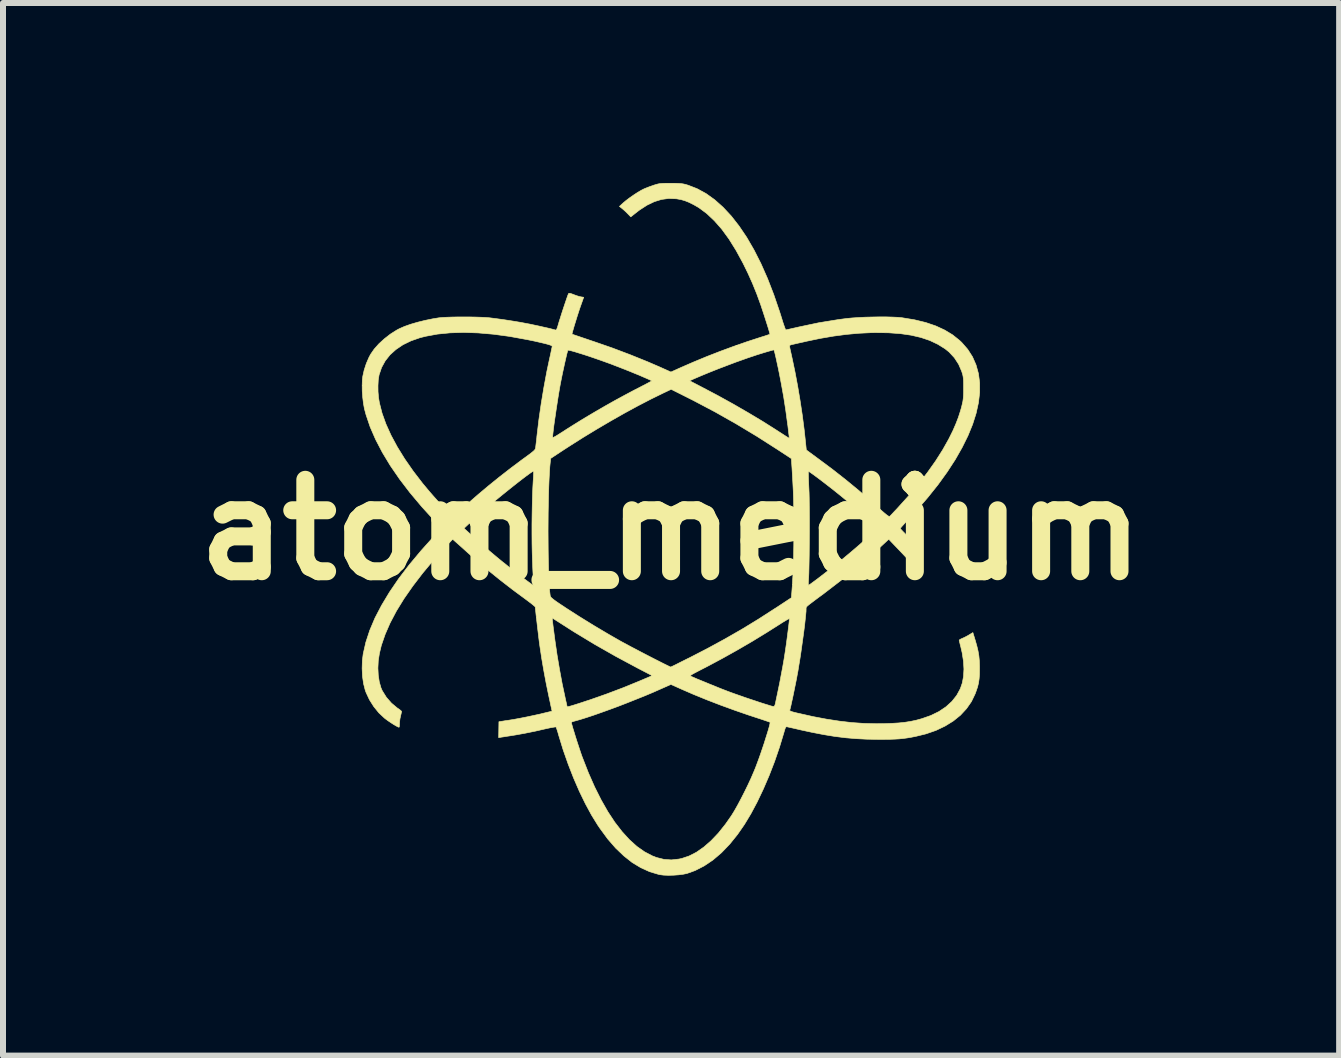
<source format=kicad_pcb>
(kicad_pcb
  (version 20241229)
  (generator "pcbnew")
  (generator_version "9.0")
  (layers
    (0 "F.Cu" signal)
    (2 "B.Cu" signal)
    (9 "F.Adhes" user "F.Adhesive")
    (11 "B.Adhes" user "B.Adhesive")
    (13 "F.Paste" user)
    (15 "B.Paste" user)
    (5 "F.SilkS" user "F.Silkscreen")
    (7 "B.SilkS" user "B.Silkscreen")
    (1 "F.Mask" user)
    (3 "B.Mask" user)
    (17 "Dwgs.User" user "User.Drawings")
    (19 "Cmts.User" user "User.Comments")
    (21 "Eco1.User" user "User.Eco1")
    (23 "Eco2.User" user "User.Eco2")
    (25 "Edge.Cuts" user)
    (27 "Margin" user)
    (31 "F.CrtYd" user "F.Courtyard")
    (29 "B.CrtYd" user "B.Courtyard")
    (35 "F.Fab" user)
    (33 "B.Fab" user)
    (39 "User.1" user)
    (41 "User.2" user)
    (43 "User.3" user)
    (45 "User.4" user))
  (footprint "atom_medium"
    (layer "F.Cu")
    (at 8.135 5.782)
    (property "Reference" "atom_medium" (at 0 0 0) (layer "F.SilkS") (effects (font (size 1.524 1.524) (thickness 0.3))))
    (attr through_hole)
    (fp_poly (pts (xy 0.069 0.576) (xy 0.11 0.601) (xy 0.137 0.638) (xy 0.144 0.657) (xy 0.143 0.702) (xy 0.126 0.746) (xy 0.096 0.781) (xy 0.082 0.79) (xy 0.035 0.806) (xy -0.01 0.802) (xy -0.042 0.786) (xy -0.078 0.753) (xy -0.095 0.713) (xy -0.097 0.669) (xy -0.083 0.628) (xy -0.055 0.594) (xy -0.015 0.572) (xy 0.023 0.566) (xy 0.069 0.576)) (stroke (width 0.01) (type solid)) (fill yes) (layer "F.Mask"))
    (fp_poly (pts (xy 0.052 -0.803) (xy 0.076 -0.793) (xy 0.113 -0.764) (xy 0.138 -0.722) (xy 0.147 -0.676) (xy 0.144 -0.659) (xy 0.124 -0.616) (xy 0.088 -0.584) (xy 0.043 -0.564) (xy -0.006 -0.562) (xy -0.007 -0.562) (xy -0.031 -0.573) (xy -0.058 -0.595) (xy -0.065 -0.601) (xy -0.092 -0.644) (xy -0.099 -0.69) (xy -0.087 -0.735) (xy -0.059 -0.772) (xy -0.015 -0.797) (xy -0.011 -0.798) (xy 0.024 -0.806) (xy 0.052 -0.803)) (stroke (width 0.01) (type solid)) (fill yes) (layer "F.Mask"))
    (fp_poly (pts (xy 4.61 0.492) (xy 4.715 0.517) (xy 4.813 0.562) (xy 4.904 0.628) (xy 4.938 0.661) (xy 5.009 0.748) (xy 5.058 0.84) (xy 5.086 0.94) (xy 5.095 1.051) (xy 5.095 1.052) (xy 5.083 1.159) (xy 5.051 1.261) (xy 5 1.356) (xy 4.933 1.44) (xy 4.852 1.509) (xy 4.758 1.562) (xy 4.737 1.57) (xy 4.673 1.588) (xy 4.596 1.599) (xy 4.515 1.602) (xy 4.44 1.597) (xy 4.388 1.587) (xy 4.283 1.546) (xy 4.19 1.486) (xy 4.11 1.409) (xy 4.046 1.316) (xy 4.008 1.233) (xy 3.981 1.129) (xy 3.976 1.023) (xy 3.991 0.919) (xy 4.025 0.82) (xy 4.077 0.729) (xy 4.146 0.648) (xy 4.23 0.581) (xy 4.287 0.548) (xy 4.394 0.508) (xy 4.503 0.489) (xy 4.61 0.492)) (stroke (width 0.01) (type solid)) (fill yes) (layer "F.Mask"))
    (fp_poly (pts (xy -1.259 -5.25) (xy -1.156 -5.23) (xy -1.059 -5.192) (xy -0.971 -5.136) (xy -0.895 -5.065) (xy -0.832 -4.98) (xy -0.786 -4.883) (xy -0.767 -4.816) (xy -0.754 -4.708) (xy -0.762 -4.601) (xy -0.79 -4.499) (xy -0.835 -4.404) (xy -0.898 -4.319) (xy -0.975 -4.248) (xy -1.065 -4.192) (xy -1.122 -4.168) (xy -1.2 -4.149) (xy -1.286 -4.139) (xy -1.371 -4.139) (xy -1.446 -4.15) (xy -1.446 -4.15) (xy -1.539 -4.183) (xy -1.622 -4.23) (xy -1.701 -4.297) (xy -1.709 -4.305) (xy -1.777 -4.385) (xy -1.825 -4.467) (xy -1.855 -4.556) (xy -1.869 -4.658) (xy -1.87 -4.702) (xy -1.861 -4.807) (xy -1.834 -4.902) (xy -1.786 -4.991) (xy -1.716 -5.077) (xy -1.641 -5.145) (xy -1.56 -5.195) (xy -1.474 -5.229) (xy -1.366 -5.251) (xy -1.259 -5.25)) (stroke (width 0.01) (type solid)) (fill yes) (layer "F.Mask"))
    (fp_poly (pts (xy -3.555 2.701) (xy -3.55 2.702) (xy -3.442 2.74) (xy -3.344 2.797) (xy -3.257 2.871) (xy -3.186 2.959) (xy -3.132 3.059) (xy -3.1 3.155) (xy -3.083 3.272) (xy -3.09 3.385) (xy -3.118 3.493) (xy -3.168 3.596) (xy -3.241 3.691) (xy -3.263 3.715) (xy -3.343 3.785) (xy -3.427 3.837) (xy -3.522 3.872) (xy -3.574 3.885) (xy -3.648 3.898) (xy -3.713 3.9) (xy -3.778 3.893) (xy -3.816 3.885) (xy -3.93 3.848) (xy -4.032 3.793) (xy -4.12 3.719) (xy -4.194 3.63) (xy -4.25 3.526) (xy -4.276 3.453) (xy -4.293 3.363) (xy -4.294 3.264) (xy -4.281 3.163) (xy -4.255 3.068) (xy -4.228 3.008) (xy -4.198 2.962) (xy -4.155 2.91) (xy -4.104 2.857) (xy -4.051 2.809) (xy -4.002 2.771) (xy -3.977 2.757) (xy -3.877 2.717) (xy -3.768 2.694) (xy -3.659 2.688) (xy -3.555 2.701)) (stroke (width 0.01) (type solid)) (fill yes) (layer "F.Mask"))
    (fp_poly (pts (xy 0.032 -1.608) (xy 0.074 -1.602) (xy 0.119 -1.588) (xy 0.13 -1.583) (xy 0.15 -1.569) (xy 0.185 -1.54) (xy 0.234 -1.495) (xy 0.298 -1.434) (xy 0.378 -1.357) (xy 0.473 -1.264) (xy 0.583 -1.155) (xy 0.658 -1.08) (xy 1.137 -0.6) (xy 0.635 -0.099) (xy 0.532 0.005) (xy 0.443 0.093) (xy 0.369 0.167) (xy 0.306 0.229) (xy 0.255 0.278) (xy 0.214 0.317) (xy 0.182 0.347) (xy 0.157 0.368) (xy 0.138 0.383) (xy 0.124 0.391) (xy 0.114 0.395) (xy 0.107 0.396) (xy 0.104 0.395) (xy 0.042 0.387) (xy -0.028 0.393) (xy -0.093 0.411) (xy -0.111 0.419) (xy -0.177 0.465) (xy -0.227 0.524) (xy -0.26 0.592) (xy -0.274 0.667) (xy -0.269 0.744) (xy -0.244 0.818) (xy -0.21 0.866) (xy -0.163 0.912) (xy -0.111 0.949) (xy -0.064 0.97) (xy 0.017 0.982) (xy 0.094 0.973) (xy 0.164 0.947) (xy 0.225 0.904) (xy 0.272 0.847) (xy 0.304 0.779) (xy 0.317 0.7) (xy 0.317 0.693) (xy 0.316 0.65) (xy 0.313 0.614) (xy 0.309 0.594) (xy 0.309 0.588) (xy 0.315 0.576) (xy 0.326 0.56) (xy 0.345 0.537) (xy 0.373 0.506) (xy 0.41 0.466) (xy 0.458 0.417) (xy 0.518 0.356) (xy 0.59 0.282) (xy 0.677 0.195) (xy 0.778 0.093) (xy 0.802 0.069) (xy 1.304 -0.433) (xy 1.438 -0.3) (xy 1.502 -0.235) (xy 1.551 -0.182) (xy 1.586 -0.138) (xy 1.61 -0.1) (xy 1.624 -0.065) (xy 1.63 -0.029) (xy 1.632 -0.001) (xy 1.627 0.052) (xy 1.615 0.097) (xy 1.611 0.104) (xy 1.6 0.119) (xy 1.573 0.148) (xy 1.533 0.191) (xy 1.481 0.246) (xy 1.418 0.311) (xy 1.347 0.385) (xy 1.267 0.466) (xy 1.181 0.553) (xy 1.09 0.645) (xy 0.997 0.74) (xy 0.901 0.836) (xy 0.805 0.932) (xy 0.709 1.027) (xy 0.617 1.12) (xy 0.528 1.207) (xy 0.445 1.29) (xy 0.369 1.364) (xy 0.301 1.431) (xy 0.243 1.487) (xy 0.196 1.531) (xy 0.162 1.562) (xy 0.142 1.579) (xy 0.139 1.581) (xy 0.081 1.602) (xy 0.019 1.61) (xy -0.031 1.606) (xy -0.065 1.593) (xy -0.102 1.574) (xy -0.106 1.572) (xy -0.121 1.56) (xy -0.151 1.533) (xy -0.193 1.492) (xy -0.248 1.439) (xy -0.312 1.377) (xy -0.385 1.306) (xy -0.464 1.227) (xy -0.549 1.143) (xy -0.618 1.074) (xy -1.091 0.6) (xy -0.589 0.099) (xy -0.087 -0.403) (xy -0.032 -0.39) (xy 0.042 -0.384) (xy 0.115 -0.399) (xy 0.184 -0.434) (xy 0.244 -0.485) (xy 0.283 -0.536) (xy 0.301 -0.569) (xy 0.312 -0.598) (xy 0.316 -0.633) (xy 0.317 -0.68) (xy 0.311 -0.754) (xy 0.292 -0.814) (xy 0.258 -0.867) (xy 0.229 -0.897) (xy 0.164 -0.945) (xy 0.093 -0.972) (xy 0.018 -0.98) (xy -0.056 -0.969) (xy -0.125 -0.94) (xy -0.186 -0.894) (xy -0.236 -0.83) (xy -0.246 -0.814) (xy -0.261 -0.769) (xy -0.27 -0.711) (xy -0.271 -0.652) (xy -0.263 -0.601) (xy -0.263 -0.6) (xy -0.262 -0.593) (xy -0.265 -0.584) (xy -0.272 -0.571) (xy -0.284 -0.555) (xy -0.303 -0.532) (xy -0.329 -0.503) (xy -0.365 -0.465) (xy -0.41 -0.418) (xy -0.467 -0.359) (xy -0.537 -0.289) (xy -0.62 -0.206) (xy -0.718 -0.108) (xy -0.757 -0.069) (xy -1.258 0.433) (xy -1.397 0.294) (xy -1.449 0.241) (xy -1.495 0.191) (xy -1.531 0.148) (xy -1.555 0.116) (xy -1.56 0.106) (xy -1.581 0.038) (xy -1.582 -0.033) (xy -1.562 -0.102) (xy -1.56 -0.106) (xy -1.549 -0.122) (xy -1.526 -0.15) (xy -1.489 -0.19) (xy -1.44 -0.243) (xy -1.377 -0.309) (xy -1.299 -0.388) (xy -1.207 -0.482) (xy -1.099 -0.591) (xy -0.976 -0.714) (xy -0.837 -0.853) (xy -0.823 -0.867) (xy -0.696 -0.994) (xy -0.584 -1.105) (xy -0.487 -1.203) (xy -0.402 -1.286) (xy -0.329 -1.358) (xy -0.267 -1.418) (xy -0.215 -1.467) (xy -0.171 -1.507) (xy -0.134 -1.539) (xy -0.103 -1.563) (xy -0.078 -1.581) (xy -0.056 -1.594) (xy -0.038 -1.602) (xy -0.02 -1.606) (xy -0.004 -1.608) (xy 0.013 -1.608) (xy 0.032 -1.608)) (stroke (width 0.01) (type solid)) (fill yes) (layer "F.Mask"))
    (fp_poly (pts (xy 0.067 -5.777) (xy 0.121 -5.775) (xy 0.164 -5.772) (xy 0.201 -5.767) (xy 0.237 -5.759) (xy 0.278 -5.747) (xy 0.282 -5.746) (xy 0.434 -5.687) (xy 0.583 -5.606) (xy 0.728 -5.502) (xy 0.868 -5.377) (xy 1.004 -5.231) (xy 1.135 -5.063) (xy 1.262 -4.875) (xy 1.383 -4.666) (xy 1.499 -4.437) (xy 1.609 -4.188) (xy 1.713 -3.919) (xy 1.811 -3.632) (xy 1.846 -3.521) (xy 1.865 -3.459) (xy 1.883 -3.406) (xy 1.898 -3.365) (xy 1.908 -3.339) (xy 1.913 -3.333) (xy 1.927 -3.336) (xy 1.959 -3.343) (xy 2.007 -3.354) (xy 2.065 -3.367) (xy 2.126 -3.381) (xy 2.462 -3.452) (xy 2.788 -3.505) (xy 2.924 -3.523) (xy 3.015 -3.532) (xy 3.12 -3.539) (xy 3.234 -3.545) (xy 3.352 -3.548) (xy 3.47 -3.55) (xy 3.584 -3.55) (xy 3.688 -3.547) (xy 3.779 -3.543) (xy 3.851 -3.536) (xy 3.856 -3.535) (xy 4.061 -3.501) (xy 4.246 -3.456) (xy 4.413 -3.399) (xy 4.562 -3.33) (xy 4.694 -3.25) (xy 4.811 -3.156) (xy 4.845 -3.124) (xy 4.945 -3.009) (xy 5.025 -2.884) (xy 5.084 -2.749) (xy 5.124 -2.604) (xy 5.144 -2.451) (xy 5.144 -2.289) (xy 5.124 -2.12) (xy 5.085 -1.943) (xy 5.027 -1.76) (xy 4.949 -1.569) (xy 4.852 -1.373) (xy 4.737 -1.171) (xy 4.603 -0.965) (xy 4.45 -0.753) (xy 4.278 -0.538) (xy 4.089 -0.319) (xy 3.956 -0.175) (xy 3.912 -0.128) (xy 3.874 -0.086) (xy 3.844 -0.053) (xy 3.826 -0.031) (xy 3.822 -0.024) (xy 3.829 -0.012) (xy 3.849 0.009) (xy 3.863 0.024) (xy 3.886 0.047) (xy 3.921 0.083) (xy 3.963 0.127) (xy 4.007 0.175) (xy 4.02 0.188) (xy 4.135 0.313) (xy 4.068 0.357) (xy 4.027 0.386) (xy 3.989 0.416) (xy 3.966 0.437) (xy 3.932 0.474) (xy 3.781 0.315) (xy 3.629 0.156) (xy 3.497 0.278) (xy 3.206 0.537) (xy 2.894 0.795) (xy 2.559 1.052) (xy 2.54 1.067) (xy 2.459 1.126) (xy 2.395 1.174) (xy 2.346 1.211) (xy 2.309 1.239) (xy 2.283 1.26) (xy 2.266 1.275) (xy 2.257 1.287) (xy 2.252 1.296) (xy 2.251 1.305) (xy 2.251 1.315) (xy 2.251 1.32) (xy 2.25 1.362) (xy 2.244 1.423) (xy 2.236 1.501) (xy 2.226 1.593) (xy 2.213 1.695) (xy 2.198 1.805) (xy 2.182 1.919) (xy 2.166 2.034) (xy 2.149 2.147) (xy 2.131 2.255) (xy 2.115 2.355) (xy 2.106 2.401) (xy 2.093 2.474) (xy 2.077 2.554) (xy 2.06 2.637) (xy 2.043 2.721) (xy 2.026 2.802) (xy 2.01 2.874) (xy 1.997 2.935) (xy 1.986 2.98) (xy 1.979 3.004) (xy 1.98 3.012) (xy 1.991 3.021) (xy 2.014 3.03) (xy 2.053 3.041) (xy 2.111 3.055) (xy 2.121 3.057) (xy 2.365 3.112) (xy 2.592 3.155) (xy 2.807 3.188) (xy 3.013 3.212) (xy 3.215 3.226) (xy 3.415 3.231) (xy 3.547 3.23) (xy 3.681 3.225) (xy 3.797 3.218) (xy 3.901 3.207) (xy 3.996 3.192) (xy 4.089 3.172) (xy 4.18 3.147) (xy 4.331 3.094) (xy 4.466 3.028) (xy 4.583 2.949) (xy 4.682 2.859) (xy 4.762 2.758) (xy 4.822 2.647) (xy 4.855 2.552) (xy 4.875 2.443) (xy 4.882 2.32) (xy 4.874 2.187) (xy 4.852 2.047) (xy 4.831 1.956) (xy 4.819 1.909) (xy 4.81 1.87) (xy 4.804 1.845) (xy 4.803 1.838) (xy 4.813 1.829) (xy 4.837 1.816) (xy 4.854 1.809) (xy 4.893 1.791) (xy 4.939 1.767) (xy 4.968 1.75) (xy 5.031 1.712) (xy 5.067 1.829) (xy 5.096 1.93) (xy 5.117 2.018) (xy 5.131 2.1) (xy 5.139 2.184) (xy 5.142 2.276) (xy 5.142 2.315) (xy 5.141 2.408) (xy 5.135 2.484) (xy 5.125 2.553) (xy 5.109 2.619) (xy 5.084 2.692) (xy 5.069 2.733) (xy 5.007 2.862) (xy 4.925 2.98) (xy 4.824 3.089) (xy 4.704 3.186) (xy 4.568 3.27) (xy 4.417 3.342) (xy 4.25 3.4) (xy 4.087 3.44) (xy 4.008 3.456) (xy 3.937 3.468) (xy 3.871 3.477) (xy 3.803 3.484) (xy 3.73 3.488) (xy 3.647 3.491) (xy 3.55 3.492) (xy 3.446 3.492) (xy 3.261 3.489) (xy 3.083 3.48) (xy 2.908 3.465) (xy 2.731 3.443) (xy 2.547 3.413) (xy 2.351 3.375) (xy 2.165 3.335) (xy 2.097 3.319) (xy 2.036 3.305) (xy 1.986 3.294) (xy 1.95 3.286) (xy 1.933 3.282) (xy 1.921 3.282) (xy 1.911 3.291) (xy 1.901 3.313) (xy 1.889 3.351) (xy 1.883 3.373) (xy 1.808 3.621) (xy 1.725 3.863) (xy 1.634 4.098) (xy 1.537 4.323) (xy 1.436 4.535) (xy 1.331 4.732) (xy 1.223 4.911) (xy 1.113 5.07) (xy 1.113 5.071) (xy 0.979 5.237) (xy 0.841 5.381) (xy 0.699 5.502) (xy 0.552 5.601) (xy 0.402 5.678) (xy 0.266 5.727) (xy 0.203 5.74) (xy 0.126 5.75) (xy 0.041 5.756) (xy -0.044 5.758) (xy -0.123 5.755) (xy -0.188 5.747) (xy -0.202 5.744) (xy -0.356 5.698) (xy -0.504 5.631) (xy -0.648 5.544) (xy -0.787 5.434) (xy -0.923 5.304) (xy -1.056 5.151) (xy -1.185 4.975) (xy -1.22 4.924) (xy -1.325 4.754) (xy -1.428 4.564) (xy -1.528 4.358) (xy -1.624 4.137) (xy -1.714 3.906) (xy -1.798 3.667) (xy -1.871 3.429) (xy -1.886 3.376) (xy -1.9 3.332) (xy -1.911 3.3) (xy -1.917 3.286) (xy -1.931 3.285) (xy -1.963 3.29) (xy -2.009 3.298) (xy -2.065 3.31) (xy -2.097 3.317) (xy -2.263 3.355) (xy -2.43 3.389) (xy -2.59 3.418) (xy -2.69 3.434) (xy -2.744 3.442) (xy -2.792 3.45) (xy -2.828 3.455) (xy -2.842 3.458) (xy -2.873 3.463) (xy -2.869 3.208) (xy -1.663 3.208) (xy -1.659 3.225) (xy -1.649 3.26) (xy -1.635 3.31) (xy -1.616 3.371) (xy -1.595 3.44) (xy -1.572 3.513) (xy -1.548 3.586) (xy -1.525 3.656) (xy -1.504 3.719) (xy -1.486 3.771) (xy -1.478 3.792) (xy -1.378 4.048) (xy -1.274 4.284) (xy -1.165 4.501) (xy -1.053 4.698) (xy -0.937 4.874) (xy -0.817 5.029) (xy -0.695 5.163) (xy -0.57 5.276) (xy -0.442 5.366) (xy -0.312 5.434) (xy -0.242 5.461) (xy -0.119 5.492) (xy 0.005 5.501) (xy 0.131 5.487) (xy 0.179 5.477) (xy 0.301 5.436) (xy 0.424 5.373) (xy 0.547 5.287) (xy 0.668 5.181) (xy 0.789 5.054) (xy 0.907 4.906) (xy 1.007 4.763) (xy 1.055 4.685) (xy 1.109 4.59) (xy 1.166 4.483) (xy 1.224 4.369) (xy 1.281 4.253) (xy 1.334 4.139) (xy 1.38 4.032) (xy 1.405 3.972) (xy 1.433 3.898) (xy 1.463 3.817) (xy 1.493 3.732) (xy 1.523 3.644) (xy 1.552 3.558) (xy 1.578 3.474) (xy 1.602 3.398) (xy 1.623 3.33) (xy 1.638 3.275) (xy 1.648 3.234) (xy 1.651 3.211) (xy 1.65 3.206) (xy 1.638 3.202) (xy 1.607 3.191) (xy 1.56 3.175) (xy 1.498 3.154) (xy 1.424 3.13) (xy 1.342 3.103) (xy 1.287 3.085) (xy 1.059 3.006) (xy 0.826 2.921) (xy 0.595 2.832) (xy 0.372 2.741) (xy 0.181 2.658) (xy -0.002 2.576) (xy -0.171 2.651) (xy -0.3 2.708) (xy -0.438 2.766) (xy -0.583 2.824) (xy -0.731 2.883) (xy -0.878 2.94) (xy -1.024 2.994) (xy -1.163 3.044) (xy -1.294 3.09) (xy -1.412 3.129) (xy -1.517 3.162) (xy -1.603 3.186) (xy -1.611 3.188) (xy -1.641 3.197) (xy -1.66 3.205) (xy -1.663 3.208) (xy -2.869 3.208) (xy -2.869 3.198) (xy -2.834 3.192) (xy -2.805 3.188) (xy -2.763 3.181) (xy -2.719 3.175) (xy -2.625 3.16) (xy -2.516 3.14) (xy -2.4 3.117) (xy -2.283 3.092) (xy -2.173 3.068) (xy -2.155 3.063) (xy -1.983 3.022) (xy -1.99 2.992) (xy -1.994 2.971) (xy -2.003 2.932) (xy -2.014 2.879) (xy -2.028 2.815) (xy -2.043 2.746) (xy -2.043 2.745) (xy -2.082 2.555) (xy -2.12 2.351) (xy -2.156 2.141) (xy -2.181 1.974) (xy -2.188 1.928) (xy -2.196 1.869) (xy -2.205 1.798) (xy -2.214 1.721) (xy -2.224 1.64) (xy -2.233 1.56) (xy -2.242 1.483) (xy -2.244 1.466) (xy -1.982 1.466) (xy -1.967 1.596) (xy -1.935 1.842) (xy -1.899 2.089) (xy -1.858 2.331) (xy -1.815 2.563) (xy -1.772 2.764) (xy -1.759 2.826) (xy -1.747 2.878) (xy -1.738 2.919) (xy -1.733 2.944) (xy -1.732 2.949) (xy -1.721 2.948) (xy -1.691 2.941) (xy -1.642 2.927) (xy -1.578 2.907) (xy -1.5 2.882) (xy -1.41 2.852) (xy -1.351 2.833) (xy -1.078 2.737) (xy -0.8 2.632) (xy -0.536 2.524) (xy -0.326 2.435) (xy 0.323 2.435) (xy 0.324 2.436) (xy 0.344 2.446) (xy 0.382 2.462) (xy 0.434 2.485) (xy 0.498 2.511) (xy 0.569 2.54) (xy 0.644 2.571) (xy 0.721 2.602) (xy 0.794 2.632) (xy 0.862 2.659) (xy 0.92 2.681) (xy 0.932 2.686) (xy 0.994 2.709) (xy 1.066 2.735) (xy 1.146 2.763) (xy 1.231 2.793) (xy 1.317 2.822) (xy 1.402 2.85) (xy 1.482 2.877) (xy 1.554 2.9) (xy 1.616 2.919) (xy 1.663 2.934) (xy 1.695 2.942) (xy 1.704 2.944) (xy 1.72 2.94) (xy 1.731 2.923) (xy 1.74 2.89) (xy 1.74 2.889) (xy 1.777 2.713) (xy 1.81 2.555) (xy 1.837 2.411) (xy 1.862 2.279) (xy 1.884 2.153) (xy 1.903 2.031) (xy 1.921 1.908) (xy 1.938 1.781) (xy 1.945 1.726) (xy 1.954 1.655) (xy 1.962 1.592) (xy 1.968 1.539) (xy 1.972 1.502) (xy 1.974 1.483) (xy 1.974 1.481) (xy 1.965 1.482) (xy 1.94 1.494) (xy 1.903 1.516) (xy 1.856 1.544) (xy 1.827 1.563) (xy 1.595 1.71) (xy 1.353 1.858) (xy 1.104 2.003) (xy 0.857 2.141) (xy 0.616 2.27) (xy 0.451 2.355) (xy 0.39 2.387) (xy 0.349 2.41) (xy 0.327 2.426) (xy 0.323 2.435) (xy -0.326 2.435) (xy -0.314 2.43) (xy -0.547 2.309) (xy -0.918 2.11) (xy -1.275 1.907) (xy -1.625 1.695) (xy -1.952 1.486) (xy -1.982 1.466) (xy -2.244 1.466) (xy -2.25 1.414) (xy -2.256 1.356) (xy -2.261 1.313) (xy -2.263 1.289) (xy -2.263 1.286) (xy -2.272 1.275) (xy -2.297 1.254) (xy -2.334 1.224) (xy -2.382 1.188) (xy -2.427 1.154) (xy -2.641 0.996) (xy -2.855 0.83) (xy -3.064 0.661) (xy -3.262 0.492) (xy -3.387 0.382) (xy -3.44 0.334) (xy -3.491 0.288) (xy -3.537 0.247) (xy -3.572 0.216) (xy -3.588 0.202) (xy -3.64 0.156) (xy -3.743 0.266) (xy -3.951 0.495) (xy -4.138 0.719) (xy -4.305 0.937) (xy -4.452 1.148) (xy -4.578 1.353) (xy -4.683 1.552) (xy -4.766 1.743) (xy -4.829 1.926) (xy -4.861 2.059) (xy -4.88 2.181) (xy -4.886 2.304) (xy -4.88 2.424) (xy -4.863 2.534) (xy -4.835 2.632) (xy -4.814 2.68) (xy -4.745 2.791) (xy -4.66 2.888) (xy -4.562 2.97) (xy -4.552 2.976) (xy -4.521 2.998) (xy -4.499 3.017) (xy -4.491 3.026) (xy -4.494 3.041) (xy -4.501 3.072) (xy -4.508 3.102) (xy -4.519 3.152) (xy -4.525 3.205) (xy -4.526 3.229) (xy -4.527 3.263) (xy -4.531 3.286) (xy -4.535 3.29) (xy -4.552 3.284) (xy -4.584 3.267) (xy -4.625 3.243) (xy -4.671 3.213) (xy -4.717 3.182) (xy -4.758 3.152) (xy -4.777 3.137) (xy -4.87 3.05) (xy -4.955 2.945) (xy -5.027 2.831) (xy -5.083 2.711) (xy -5.097 2.673) (xy -5.125 2.564) (xy -5.143 2.44) (xy -5.149 2.309) (xy -5.145 2.177) (xy -5.131 2.066) (xy -5.087 1.873) (xy -5.022 1.675) (xy -4.935 1.469) (xy -4.825 1.258) (xy -4.694 1.04) (xy -4.541 0.815) (xy -4.365 0.584) (xy -4.167 0.347) (xy -3.965 0.122) (xy -3.827 -0.026) (xy -3.451 -0.026) (xy -3.304 0.107) (xy -3.199 0.202) (xy -3.102 0.287) (xy -3.006 0.369) (xy -2.906 0.453) (xy -2.794 0.545) (xy -2.782 0.553) (xy -2.716 0.607) (xy -2.646 0.662) (xy -2.577 0.716) (xy -2.509 0.768) (xy -2.447 0.815) (xy -2.392 0.856) (xy -2.347 0.889) (xy -2.314 0.912) (xy -2.296 0.923) (xy -2.293 0.924) (xy -2.288 0.914) (xy -2.29 0.898) (xy -2.292 0.88) (xy -2.294 0.842) (xy -2.297 0.788) (xy -2.301 0.719) (xy -2.305 0.639) (xy -2.308 0.551) (xy -2.31 0.508) (xy -2.314 0.374) (xy -2.317 0.225) (xy -2.318 0.067) (xy -2.318 0.021) (xy -2.05 0.021) (xy -2.049 0.175) (xy -2.048 0.325) (xy -2.046 0.469) (xy -2.043 0.605) (xy -2.04 0.731) (xy -2.035 0.844) (xy -2.03 0.941) (xy -2.023 1.022) (xy -2.016 1.082) (xy -2.013 1.101) (xy -2.008 1.113) (xy -1.998 1.127) (xy -1.979 1.144) (xy -1.95 1.167) (xy -1.909 1.197) (xy -1.853 1.235) (xy -1.78 1.283) (xy -1.757 1.299) (xy -1.526 1.447) (xy -1.283 1.597) (xy -1.035 1.744) (xy -0.843 1.854) (xy -0.795 1.88) (xy -0.735 1.912) (xy -0.665 1.95) (xy -0.588 1.99) (xy -0.507 2.033) (xy -0.424 2.076) (xy -0.341 2.119) (xy -0.263 2.159) (xy -0.19 2.196) (xy -0.125 2.229) (xy -0.072 2.255) (xy -0.033 2.274) (xy -0.01 2.285) (xy -0.006 2.286) (xy 0.006 2.281) (xy 0.036 2.267) (xy 0.081 2.245) (xy 0.138 2.216) (xy 0.206 2.182) (xy 0.282 2.144) (xy 0.309 2.131) (xy 0.613 1.974) (xy 0.901 1.817) (xy 1.18 1.657) (xy 1.457 1.488) (xy 1.739 1.306) (xy 1.745 1.303) (xy 2.006 1.131) (xy 2.013 1.042) (xy 2.024 0.899) (xy 2.024 0.885) (xy 2.288 0.885) (xy 2.288 0.913) (xy 2.291 0.924) (xy 2.291 0.924) (xy 2.302 0.917) (xy 2.329 0.899) (xy 2.367 0.871) (xy 2.413 0.837) (xy 2.439 0.818) (xy 2.579 0.71) (xy 2.723 0.596) (xy 2.867 0.48) (xy 3.007 0.363) (xy 3.139 0.25) (xy 3.259 0.143) (xy 3.341 0.067) (xy 3.444 -0.029) (xy 3.278 -0.18) (xy 3.127 -0.315) (xy 2.985 -0.438) (xy 2.846 -0.554) (xy 2.703 -0.669) (xy 2.551 -0.787) (xy 2.466 -0.852) (xy 2.412 -0.892) (xy 2.364 -0.927) (xy 2.326 -0.954) (xy 2.3 -0.971) (xy 2.289 -0.977) (xy 2.289 -0.977) (xy 2.288 -0.964) (xy 2.289 -0.932) (xy 2.29 -0.883) (xy 2.292 -0.82) (xy 2.295 -0.747) (xy 2.298 -0.683) (xy 2.301 -0.617) (xy 2.303 -0.533) (xy 2.304 -0.435) (xy 2.305 -0.326) (xy 2.306 -0.207) (xy 2.306 -0.082) (xy 2.306 0.046) (xy 2.305 0.174) (xy 2.304 0.299) (xy 2.303 0.42) (xy 2.301 0.531) (xy 2.299 0.632) (xy 2.297 0.719) (xy 2.294 0.789) (xy 2.291 0.839) (xy 2.29 0.846) (xy 2.288 0.885) (xy 2.024 0.885) (xy 2.032 0.752) (xy 2.038 0.599) (xy 2.043 0.436) (xy 2.046 0.258) (xy 2.047 0.062) (xy 2.047 -0.012) (xy 2.047 -0.166) (xy 2.046 -0.302) (xy 2.044 -0.426) (xy 2.041 -0.542) (xy 2.037 -0.656) (xy 2.031 -0.773) (xy 2.024 -0.897) (xy 2.016 -1.034) (xy 2.013 -1.076) (xy 2.006 -1.188) (xy 1.779 -1.337) (xy 1.43 -1.56) (xy 1.084 -1.768) (xy 0.734 -1.966) (xy 0.37 -2.158) (xy 0.235 -2.226) (xy 0.002 -2.343) (xy -0.135 -2.278) (xy -0.335 -2.18) (xy -0.549 -2.069) (xy -0.772 -1.948) (xy -1.001 -1.818) (xy -1.231 -1.683) (xy -1.46 -1.544) (xy -1.681 -1.404) (xy -1.791 -1.333) (xy -2.006 -1.191) (xy -2.013 -1.129) (xy -2.021 -1.05) (xy -2.027 -0.953) (xy -2.033 -0.841) (xy -2.038 -0.716) (xy -2.042 -0.58) (xy -2.045 -0.436) (xy -2.048 -0.287) (xy -2.049 -0.133) (xy -2.05 0.021) (xy -2.318 0.021) (xy -2.318 -0.096) (xy -2.316 -0.258) (xy -2.313 -0.417) (xy -2.309 -0.565) (xy -2.304 -0.7) (xy -2.298 -0.808) (xy -2.294 -0.867) (xy -2.292 -0.918) (xy -2.291 -0.956) (xy -2.291 -0.977) (xy -2.292 -0.98) (xy -2.303 -0.975) (xy -2.33 -0.958) (xy -2.371 -0.929) (xy -2.424 -0.89) (xy -2.487 -0.842) (xy -2.558 -0.787) (xy -2.634 -0.727) (xy -2.714 -0.663) (xy -2.796 -0.597) (xy -2.878 -0.53) (xy -2.927 -0.49) (xy -3.015 -0.416) (xy -3.091 -0.352) (xy -3.158 -0.293) (xy -3.223 -0.236) (xy -3.291 -0.175) (xy -3.366 -0.105) (xy -3.368 -0.104) (xy -3.451 -0.026) (xy -3.827 -0.026) (xy -3.825 -0.029) (xy -3.94 -0.15) (xy -4.155 -0.386) (xy -4.35 -0.618) (xy -4.525 -0.847) (xy -4.679 -1.071) (xy -4.812 -1.291) (xy -4.924 -1.506) (xy -5.015 -1.715) (xy -5.084 -1.919) (xy -5.111 -2.02) (xy -5.127 -2.108) (xy -5.139 -2.207) (xy -5.147 -2.311) (xy -5.148 -2.404) (xy -4.885 -2.404) (xy -4.884 -2.302) (xy -4.875 -2.2) (xy -4.861 -2.117) (xy -4.817 -1.945) (xy -4.752 -1.764) (xy -4.667 -1.576) (xy -4.563 -1.383) (xy -4.44 -1.184) (xy -4.299 -0.981) (xy -4.141 -0.775) (xy -4.024 -0.635) (xy -3.969 -0.572) (xy -3.912 -0.508) (xy -3.855 -0.444) (xy -3.8 -0.384) (xy -3.75 -0.33) (xy -3.706 -0.285) (xy -3.671 -0.249) (xy -3.646 -0.227) (xy -3.635 -0.219) (xy -3.623 -0.227) (xy -3.598 -0.247) (xy -3.564 -0.277) (xy -3.529 -0.31) (xy -3.381 -0.445) (xy -3.218 -0.587) (xy -3.043 -0.734) (xy -2.86 -0.882) (xy -2.675 -1.026) (xy -2.49 -1.165) (xy -2.425 -1.212) (xy -2.365 -1.256) (xy -2.322 -1.289) (xy -2.292 -1.314) (xy -2.273 -1.333) (xy -2.263 -1.349) (xy -2.258 -1.365) (xy -2.258 -1.366) (xy -2.255 -1.39) (xy -2.25 -1.433) (xy -2.243 -1.487) (xy -2.237 -1.545) (xy -1.974 -1.545) (xy -1.97 -1.541) (xy -1.955 -1.545) (xy -1.927 -1.559) (xy -1.886 -1.584) (xy -1.828 -1.621) (xy -1.81 -1.632) (xy -1.747 -1.673) (xy -1.671 -1.721) (xy -1.588 -1.773) (xy -1.504 -1.825) (xy -1.425 -1.873) (xy -1.42 -1.876) (xy -1.263 -1.969) (xy -1.099 -2.064) (xy -0.934 -2.157) (xy -0.772 -2.245) (xy -0.62 -2.326) (xy -0.522 -2.376) (xy -0.461 -2.408) (xy -0.407 -2.436) (xy -0.364 -2.459) (xy -0.335 -2.475) (xy -0.323 -2.483) (xy -0.323 -2.484) (xy -0.325 -2.485) (xy 0.31 -2.485) (xy 0.527 -2.372) (xy 0.783 -2.237) (xy 1.038 -2.096) (xy 1.287 -1.952) (xy 1.526 -1.809) (xy 1.749 -1.668) (xy 1.795 -1.638) (xy 1.851 -1.602) (xy 1.899 -1.571) (xy 1.937 -1.547) (xy 1.962 -1.532) (xy 1.97 -1.528) (xy 1.97 -1.539) (xy 1.967 -1.57) (xy 1.961 -1.617) (xy 1.954 -1.677) (xy 1.946 -1.745) (xy 1.944 -1.755) (xy 1.912 -1.993) (xy 1.877 -2.219) (xy 1.836 -2.445) (xy 1.817 -2.544) (xy 1.801 -2.626) (xy 1.784 -2.708) (xy 1.767 -2.786) (xy 1.752 -2.856) (xy 1.738 -2.916) (xy 1.727 -2.962) (xy 1.718 -2.991) (xy 1.715 -3) (xy 1.702 -2.998) (xy 1.672 -2.99) (xy 1.626 -2.977) (xy 1.568 -2.96) (xy 1.503 -2.94) (xy 1.432 -2.918) (xy 1.361 -2.894) (xy 1.291 -2.871) (xy 1.235 -2.851) (xy 1.083 -2.797) (xy 0.929 -2.739) (xy 0.777 -2.681) (xy 0.632 -2.623) (xy 0.499 -2.568) (xy 0.382 -2.518) (xy 0.36 -2.508) (xy 0.31 -2.485) (xy -0.325 -2.485) (xy -0.334 -2.491) (xy -0.363 -2.505) (xy -0.408 -2.525) (xy -0.466 -2.55) (xy -0.535 -2.58) (xy -0.612 -2.611) (xy -0.694 -2.645) (xy -0.778 -2.678) (xy -0.862 -2.711) (xy -0.943 -2.742) (xy -0.999 -2.764) (xy -1.093 -2.798) (xy -1.188 -2.832) (xy -1.283 -2.865) (xy -1.374 -2.896) (xy -1.46 -2.924) (xy -1.538 -2.948) (xy -1.606 -2.969) (xy -1.66 -2.984) (xy -1.698 -2.993) (xy -1.717 -2.995) (xy -1.719 -2.995) (xy -1.724 -2.981) (xy -1.733 -2.948) (xy -1.745 -2.899) (xy -1.759 -2.838) (xy -1.775 -2.769) (xy -1.791 -2.694) (xy -1.808 -2.617) (xy -1.823 -2.543) (xy -1.837 -2.473) (xy -1.841 -2.453) (xy -1.854 -2.383) (xy -1.868 -2.301) (xy -1.883 -2.21) (xy -1.898 -2.113) (xy -1.913 -2.015) (xy -1.927 -1.918) (xy -1.941 -1.825) (xy -1.953 -1.74) (xy -1.962 -1.665) (xy -1.969 -1.605) (xy -1.973 -1.563) (xy -1.974 -1.545) (xy -2.237 -1.545) (xy -2.237 -1.55) (xy -2.234 -1.576) (xy -2.203 -1.836) (xy -2.164 -2.106) (xy -2.119 -2.377) (xy -2.07 -2.641) (xy -2.03 -2.829) (xy -2.015 -2.897) (xy -2.002 -2.957) (xy -1.992 -3.007) (xy -1.984 -3.042) (xy -1.981 -3.058) (xy -1.981 -3.059) (xy -1.988 -3.068) (xy -2.01 -3.079) (xy -2.05 -3.092) (xy -2.107 -3.107) (xy -2.183 -3.125) (xy -2.279 -3.147) (xy -2.397 -3.171) (xy -2.413 -3.174) (xy -2.693 -3.225) (xy -2.96 -3.261) (xy -3.215 -3.283) (xy -3.457 -3.291) (xy -3.684 -3.284) (xy -3.895 -3.263) (xy -4.089 -3.227) (xy -4.185 -3.203) (xy -4.334 -3.151) (xy -4.468 -3.086) (xy -4.585 -3.007) (xy -4.684 -2.918) (xy -4.764 -2.817) (xy -4.825 -2.706) (xy -4.866 -2.585) (xy -4.867 -2.58) (xy -4.88 -2.5) (xy -4.885 -2.404) (xy -5.148 -2.404) (xy -5.148 -2.412) (xy -5.145 -2.504) (xy -5.138 -2.56) (xy -5.115 -2.663) (xy -5.08 -2.771) (xy -5.036 -2.873) (xy -5.008 -2.926) (xy -4.948 -3.013) (xy -4.87 -3.101) (xy -4.778 -3.185) (xy -4.678 -3.263) (xy -4.574 -3.329) (xy -4.531 -3.352) (xy -4.445 -3.39) (xy -4.341 -3.427) (xy -4.224 -3.461) (xy -4.099 -3.492) (xy -3.972 -3.518) (xy -3.868 -3.535) (xy -3.814 -3.54) (xy -3.742 -3.544) (xy -3.656 -3.547) (xy -3.56 -3.549) (xy -3.458 -3.549) (xy -3.356 -3.549) (xy -3.256 -3.547) (xy -3.165 -3.544) (xy -3.086 -3.54) (xy -3.025 -3.535) (xy -2.908 -3.52) (xy -2.778 -3.502) (xy -2.642 -3.481) (xy -2.509 -3.459) (xy -2.388 -3.436) (xy -2.35 -3.429) (xy -2.276 -3.413) (xy -2.2 -3.397) (xy -2.126 -3.38) (xy -2.058 -3.365) (xy -2 -3.351) (xy -1.955 -3.339) (xy -1.929 -3.332) (xy -1.926 -3.331) (xy -1.916 -3.332) (xy -1.905 -3.347) (xy -1.893 -3.378) (xy -1.882 -3.414) (xy -1.867 -3.466) (xy -1.847 -3.528) (xy -1.826 -3.596) (xy -1.803 -3.667) (xy -1.78 -3.736) (xy -1.758 -3.801) (xy -1.739 -3.857) (xy -1.724 -3.9) (xy -1.713 -3.928) (xy -1.71 -3.936) (xy -1.701 -3.943) (xy -1.684 -3.943) (xy -1.655 -3.934) (xy -1.624 -3.922) (xy -1.578 -3.905) (xy -1.533 -3.891) (xy -1.502 -3.884) (xy -1.456 -3.877) (xy -1.506 -3.736) (xy -1.526 -3.679) (xy -1.547 -3.614) (xy -1.569 -3.546) (xy -1.59 -3.477) (xy -1.61 -3.413) (xy -1.627 -3.355) (xy -1.64 -3.309) (xy -1.648 -3.277) (xy -1.65 -3.263) (xy -1.65 -3.262) (xy -1.638 -3.258) (xy -1.607 -3.247) (xy -1.559 -3.231) (xy -1.498 -3.21) (xy -1.424 -3.185) (xy -1.342 -3.157) (xy -1.282 -3.137) (xy -0.982 -3.033) (xy -0.683 -2.92) (xy -0.393 -2.803) (xy -0.189 -2.715) (xy -0.002 -2.631) (xy 0.169 -2.708) (xy 0.376 -2.798) (xy 0.596 -2.889) (xy 0.822 -2.977) (xy 1.047 -3.06) (xy 1.068 -3.067) (xy 1.974 -3.067) (xy 1.977 -3.052) (xy 1.983 -3.019) (xy 1.994 -2.97) (xy 2.007 -2.911) (xy 2.02 -2.852) (xy 2.066 -2.633) (xy 2.11 -2.399) (xy 2.151 -2.155) (xy 2.188 -1.91) (xy 2.219 -1.671) (xy 2.235 -1.523) (xy 2.255 -1.332) (xy 2.446 -1.191) (xy 2.687 -1.012) (xy 2.91 -0.837) (xy 3.123 -0.662) (xy 3.329 -0.484) (xy 3.435 -0.389) (xy 3.502 -0.328) (xy 3.555 -0.282) (xy 3.594 -0.25) (xy 3.621 -0.231) (xy 3.638 -0.223) (xy 3.644 -0.224) (xy 3.656 -0.236) (xy 3.681 -0.262) (xy 3.715 -0.299) (xy 3.757 -0.343) (xy 3.781 -0.369) (xy 3.958 -0.565) (xy 4.123 -0.762) (xy 4.275 -0.958) (xy 4.411 -1.15) (xy 4.529 -1.336) (xy 4.629 -1.514) (xy 4.637 -1.53) (xy 4.699 -1.655) (xy 4.748 -1.768) (xy 4.789 -1.874) (xy 4.823 -1.98) (xy 4.841 -2.042) (xy 4.854 -2.096) (xy 4.864 -2.141) (xy 4.87 -2.184) (xy 4.874 -2.23) (xy 4.876 -2.286) (xy 4.876 -2.359) (xy 4.876 -2.361) (xy 4.876 -2.433) (xy 4.875 -2.486) (xy 4.872 -2.528) (xy 4.867 -2.562) (xy 4.86 -2.595) (xy 4.848 -2.631) (xy 4.846 -2.639) (xy 4.794 -2.76) (xy 4.723 -2.869) (xy 4.635 -2.964) (xy 4.567 -3.019) (xy 4.446 -3.094) (xy 4.313 -3.157) (xy 4.165 -3.207) (xy 4.002 -3.245) (xy 3.822 -3.271) (xy 3.625 -3.285) (xy 3.409 -3.288) (xy 3.337 -3.287) (xy 3.13 -3.277) (xy 2.923 -3.258) (xy 2.711 -3.23) (xy 2.489 -3.192) (xy 2.254 -3.143) (xy 2.217 -3.134) (xy 2.153 -3.12) (xy 2.095 -3.107) (xy 2.048 -3.096) (xy 2.015 -3.089) (xy 2.006 -3.087) (xy 1.983 -3.078) (xy 1.974 -3.067) (xy 1.068 -3.067) (xy 1.265 -3.136) (xy 1.437 -3.192) (xy 1.502 -3.213) (xy 1.56 -3.231) (xy 1.605 -3.246) (xy 1.636 -3.256) (xy 1.648 -3.26) (xy 1.648 -3.26) (xy 1.646 -3.272) (xy 1.638 -3.303) (xy 1.625 -3.349) (xy 1.607 -3.407) (xy 1.586 -3.473) (xy 1.563 -3.545) (xy 1.539 -3.619) (xy 1.515 -3.691) (xy 1.496 -3.749) (xy 1.429 -3.933) (xy 1.358 -4.108) (xy 1.28 -4.282) (xy 1.199 -4.447) (xy 1.084 -4.658) (xy 0.967 -4.846) (xy 0.846 -5.012) (xy 0.721 -5.154) (xy 0.594 -5.274) (xy 0.463 -5.371) (xy 0.378 -5.42) (xy 0.3 -5.459) (xy 0.232 -5.486) (xy 0.167 -5.505) (xy 0.095 -5.518) (xy 0.082 -5.519) (xy -0.038 -5.524) (xy -0.158 -5.508) (xy -0.278 -5.471) (xy -0.401 -5.412) (xy -0.526 -5.331) (xy -0.592 -5.28) (xy -0.671 -5.217) (xy -0.719 -5.267) (xy -0.755 -5.303) (xy -0.794 -5.338) (xy -0.814 -5.355) (xy -0.86 -5.392) (xy -0.797 -5.45) (xy -0.748 -5.491) (xy -0.687 -5.537) (xy -0.621 -5.583) (xy -0.555 -5.626) (xy -0.495 -5.661) (xy -0.45 -5.684) (xy -0.408 -5.701) (xy -0.354 -5.722) (xy -0.299 -5.741) (xy -0.289 -5.745) (xy -0.25 -5.757) (xy -0.216 -5.766) (xy -0.183 -5.772) (xy -0.144 -5.775) (xy -0.095 -5.777) (xy -0.029 -5.777) (xy -0.006 -5.777) (xy 0.067 -5.777)) (stroke (width 0.01) (type solid)) (fill yes) (layer "F.SilkS")))
  (gr_rect
    (start -3 -3)
    (end 19.271 14.545)
    (stroke (width 0.1) (type default))
    (fill no)
    (layer "Edge.Cuts")))
</source>
